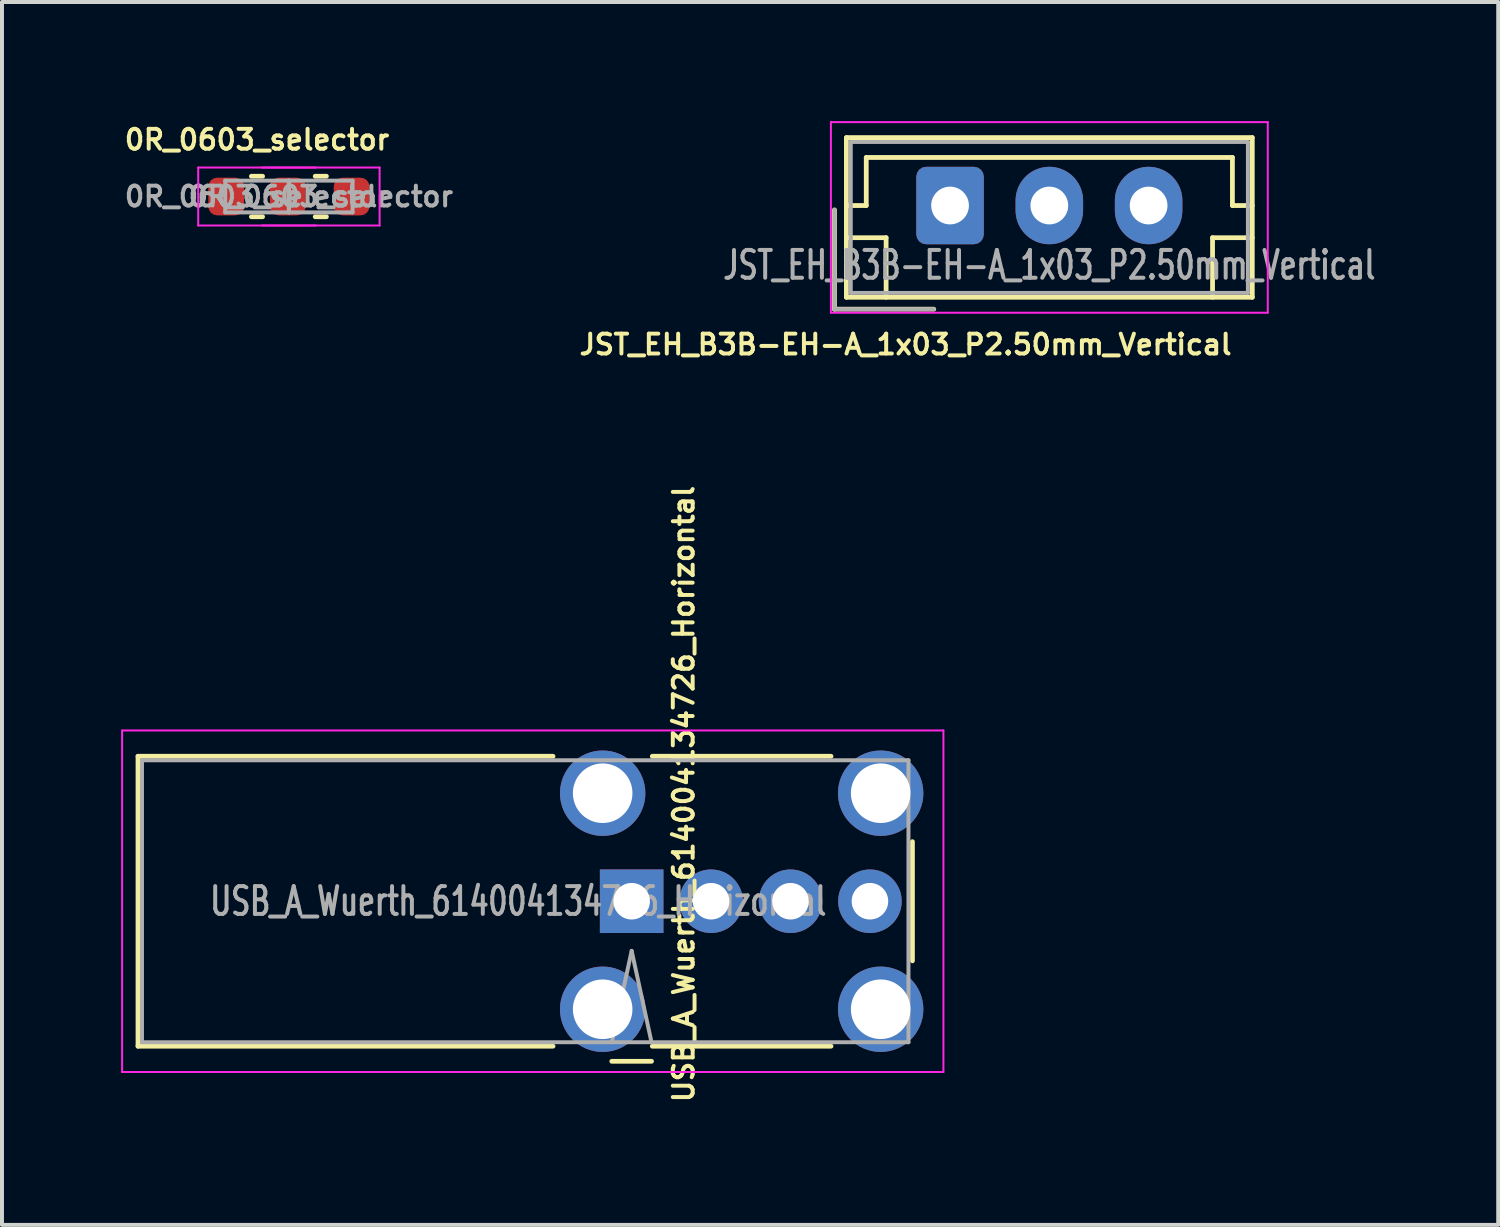
<source format=kicad_pcb>
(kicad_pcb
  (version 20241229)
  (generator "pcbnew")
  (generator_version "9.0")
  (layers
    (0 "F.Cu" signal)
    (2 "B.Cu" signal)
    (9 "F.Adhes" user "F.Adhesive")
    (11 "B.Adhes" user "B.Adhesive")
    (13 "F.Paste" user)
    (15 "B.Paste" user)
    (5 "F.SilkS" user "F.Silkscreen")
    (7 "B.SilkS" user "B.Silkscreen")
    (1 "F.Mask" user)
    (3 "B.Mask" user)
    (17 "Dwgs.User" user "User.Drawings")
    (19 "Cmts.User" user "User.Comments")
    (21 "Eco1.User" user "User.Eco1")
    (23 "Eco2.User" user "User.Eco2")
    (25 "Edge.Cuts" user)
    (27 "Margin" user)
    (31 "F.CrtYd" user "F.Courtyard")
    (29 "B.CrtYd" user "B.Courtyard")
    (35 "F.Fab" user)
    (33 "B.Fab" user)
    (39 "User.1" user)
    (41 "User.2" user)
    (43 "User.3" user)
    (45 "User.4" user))
  (footprint "0R_0603_selector"
    (layer "F.Cu")
    (at 3.421 1.898)
    (property "Reference" "0R_0603_selector" (at 0 -1.43 180) (layer "F.SilkS") (effects (font (size 0.5 0.5) (thickness 0.1))))
    (attr smd)
    (fp_line (start 0.141 -0.51) (end -0.141 -0.51) (stroke (width 0.12) (type solid)) (layer "F.SilkS"))
    (fp_line (start 0.141 0.51) (end -0.141 0.51) (stroke (width 0.12) (type solid)) (layer "F.SilkS"))
    (fp_line (start 1.748 -0.51) (end 1.466 -0.51) (stroke (width 0.12) (type solid)) (layer "F.SilkS"))
    (fp_line (start 1.748 0.51) (end 1.466 0.51) (stroke (width 0.12) (type solid)) (layer "F.SilkS"))
    (fp_line (start -1.48 -0.73) (end -1.48 0.73) (stroke (width 0.05) (type solid)) (layer "F.CrtYd"))
    (fp_line (start -1.48 0.73) (end 1.48 0.73) (stroke (width 0.05) (type solid)) (layer "F.CrtYd"))
    (fp_line (start 0.127 0.73) (end 3.087 0.73) (stroke (width 0.05) (type solid)) (layer "F.CrtYd"))
    (fp_line (start 1.48 -0.73) (end -1.48 -0.73) (stroke (width 0.05) (type solid)) (layer "F.CrtYd"))
    (fp_line (start 3.087 -0.73) (end 0.127 -0.73) (stroke (width 0.05) (type solid)) (layer "F.CrtYd"))
    (fp_line (start 3.087 0.73) (end 3.087 -0.73) (stroke (width 0.05) (type solid)) (layer "F.CrtYd"))
    (fp_line (start -0.8 -0.4) (end -0.8 0.4) (stroke (width 0.1) (type solid)) (layer "F.Fab"))
    (fp_line (start -0.8 0.4) (end 0.8 0.4) (stroke (width 0.1) (type solid)) (layer "F.Fab"))
    (fp_line (start 0.8 -0.4) (end -0.8 -0.4) (stroke (width 0.1) (type solid)) (layer "F.Fab"))
    (fp_line (start 0.8 0.4) (end 0.8 -0.4) (stroke (width 0.1) (type solid)) (layer "F.Fab"))
    (fp_line (start 0.807 -0.4) (end 0.807 0.4) (stroke (width 0.1) (type solid)) (layer "F.Fab"))
    (fp_line (start 0.807 0.4) (end 2.407 0.4) (stroke (width 0.1) (type solid)) (layer "F.Fab"))
    (fp_line (start 2.407 -0.4) (end 0.807 -0.4) (stroke (width 0.1) (type solid)) (layer "F.Fab"))
    (fp_line (start 2.407 0.4) (end 2.407 -0.4) (stroke (width 0.1) (type solid)) (layer "F.Fab"))
    (fp_text user "${REFERENCE}" (at 0 0 180) (layer "F.Fab") (effects (font (size 0.5 0.5) (thickness 0.1))))
    (fp_text user "${REFERENCE}" (at 1.607 0 180) (layer "F.Fab") (effects (font (size 0.5 0.5) (thickness 0.1))))
    (pad "1" smd roundrect (at -0.775 0 180) (size 0.9 0.95) (layers "F.Cu" "F.Mask" "F.Paste") (roundrect_rratio 0.25))
    (pad "2" smd roundrect (at 0.775 0 180) (size 0.9 0.95) (layers "F.Cu" "F.Mask" "F.Paste") (roundrect_rratio 0.25))
    (pad "3" smd roundrect (at 2.382 0 180) (size 0.9 0.95) (layers "F.Cu" "F.Mask" "F.Paste") (roundrect_rratio 0.25)))
  (footprint "JST_EH_B3B-EH-A_1x03_P2.50mm_Vertical"
    (layer "F.Cu")
    (at 20.872 2.125)
    (property "Reference" "JST_EH_B3B-EH-A_1x03_P2.50mm_Vertical" (at -1.12 3.5 0) (layer "F.SilkS") (effects (font (size 0.5 0.5) (thickness 0.1))))
    (attr through_hole)
    (fp_line (start -2.91 0.11) (end -2.91 2.61) (stroke (width 0.12) (type solid)) (layer "F.SilkS"))
    (fp_line (start -2.91 2.61) (end -0.41 2.61) (stroke (width 0.12) (type solid)) (layer "F.SilkS"))
    (fp_line (start -2.61 -1.71) (end -2.61 2.31) (stroke (width 0.12) (type solid)) (layer "F.SilkS"))
    (fp_line (start -2.61 0) (end -2.11 0) (stroke (width 0.12) (type solid)) (layer "F.SilkS"))
    (fp_line (start -2.61 0.81) (end -1.61 0.81) (stroke (width 0.12) (type solid)) (layer "F.SilkS"))
    (fp_line (start -2.61 2.31) (end 7.61 2.31) (stroke (width 0.12) (type solid)) (layer "F.SilkS"))
    (fp_line (start -2.11 -1.21) (end 7.11 -1.21) (stroke (width 0.12) (type solid)) (layer "F.SilkS"))
    (fp_line (start -2.11 0) (end -2.11 -1.21) (stroke (width 0.12) (type solid)) (layer "F.SilkS"))
    (fp_line (start -1.61 0.81) (end -1.61 2.31) (stroke (width 0.12) (type solid)) (layer "F.SilkS"))
    (fp_line (start 6.61 0.81) (end 6.61 2.31) (stroke (width 0.12) (type solid)) (layer "F.SilkS"))
    (fp_line (start 7.11 -1.21) (end 7.11 0) (stroke (width 0.12) (type solid)) (layer "F.SilkS"))
    (fp_line (start 7.11 0) (end 7.61 0) (stroke (width 0.12) (type solid)) (layer "F.SilkS"))
    (fp_line (start 7.61 -1.71) (end -2.61 -1.71) (stroke (width 0.12) (type solid)) (layer "F.SilkS"))
    (fp_line (start 7.61 0.81) (end 6.61 0.81) (stroke (width 0.12) (type solid)) (layer "F.SilkS"))
    (fp_line (start 7.61 2.31) (end 7.61 -1.71) (stroke (width 0.12) (type solid)) (layer "F.SilkS"))
    (fp_line (start -3 -2.1) (end -3 2.7) (stroke (width 0.05) (type solid)) (layer "F.CrtYd"))
    (fp_line (start -3 2.7) (end 8 2.7) (stroke (width 0.05) (type solid)) (layer "F.CrtYd"))
    (fp_line (start 8 -2.1) (end -3 -2.1) (stroke (width 0.05) (type solid)) (layer "F.CrtYd"))
    (fp_line (start 8 2.7) (end 8 -2.1) (stroke (width 0.05) (type solid)) (layer "F.CrtYd"))
    (fp_line (start -2.91 0.11) (end -2.91 2.61) (stroke (width 0.1) (type solid)) (layer "F.Fab"))
    (fp_line (start -2.91 2.61) (end -0.41 2.61) (stroke (width 0.1) (type solid)) (layer "F.Fab"))
    (fp_line (start -2.5 -1.6) (end -2.5 2.2) (stroke (width 0.1) (type solid)) (layer "F.Fab"))
    (fp_line (start -2.5 2.2) (end 7.5 2.2) (stroke (width 0.1) (type solid)) (layer "F.Fab"))
    (fp_line (start 7.5 -1.6) (end -2.5 -1.6) (stroke (width 0.1) (type solid)) (layer "F.Fab"))
    (fp_line (start 7.5 2.2) (end 7.5 -1.6) (stroke (width 0.1) (type solid)) (layer "F.Fab"))
    (fp_text user "${REFERENCE}" (at 2.5 1.5 0) (layer "F.Fab") (effects (font (size 0.7 0.5) (thickness 0.1))))
    (pad "1" thru_hole roundrect (at 0 0) (size 1.7 1.95) (drill 0.95) (layers "*.Cu" "*.Mask") (roundrect_rratio 0.147))
    (pad "2" thru_hole oval (at 2.5 0) (size 1.7 1.95) (drill 0.95) (layers "*.Cu" "*.Mask"))
    (pad "3" thru_hole oval (at 5 0) (size 1.7 1.95) (drill 0.95) (layers "*.Cu" "*.Mask")))
  (footprint "USB_A_Wuerth_614004134726_Horizontal"
    (layer "F.Cu")
    (at 12.855 19.643)
    (property "Reference" "USB_A_Wuerth_614004134726_Horizontal" (at 1.31 -2.7 90) (layer "F.SilkS") (effects (font (size 0.5 0.5) (thickness 0.1))))
    (attr through_hole)
    (fp_line (start -12.43 -3.65) (end -12.43 3.65) (stroke (width 0.12) (type solid)) (layer "F.SilkS"))
    (fp_line (start -12.43 -3.65) (end -1.98 -3.65) (stroke (width 0.12) (type solid)) (layer "F.SilkS"))
    (fp_line (start -12.43 3.65) (end -1.98 3.65) (stroke (width 0.12) (type solid)) (layer "F.SilkS"))
    (fp_line (start -0.5 4.03) (end 0.5 4.03) (stroke (width 0.12) (type solid)) (layer "F.SilkS"))
    (fp_line (start 0.52 -3.65) (end 5.02 -3.65) (stroke (width 0.12) (type solid)) (layer "F.SilkS"))
    (fp_line (start 0.52 3.65) (end 5.02 3.65) (stroke (width 0.12) (type solid)) (layer "F.SilkS"))
    (fp_line (start 7.07 -1.5) (end 7.07 1.5) (stroke (width 0.12) (type solid)) (layer "F.SilkS"))
    (fp_line (start -12.83 -4.3) (end 7.85 -4.3) (stroke (width 0.05) (type solid)) (layer "F.CrtYd"))
    (fp_line (start -12.83 4.3) (end -12.83 -4.3) (stroke (width 0.05) (type solid)) (layer "F.CrtYd"))
    (fp_line (start 7.85 -4.3) (end 7.85 4.3) (stroke (width 0.05) (type solid)) (layer "F.CrtYd"))
    (fp_line (start 7.85 4.3) (end -12.83 4.3) (stroke (width 0.05) (type solid)) (layer "F.CrtYd"))
    (fp_line (start -12.33 -3.55) (end 6.97 -3.55) (stroke (width 0.1) (type solid)) (layer "F.Fab"))
    (fp_line (start -12.33 3.55) (end -12.33 -3.55) (stroke (width 0.1) (type solid)) (layer "F.Fab"))
    (fp_line (start -0.5 3.55) (end 0 1.25) (stroke (width 0.1) (type solid)) (layer "F.Fab"))
    (fp_line (start 0 1.25) (end 0.5 3.55) (stroke (width 0.1) (type solid)) (layer "F.Fab"))
    (fp_line (start 6.97 -3.55) (end 6.97 3.55) (stroke (width 0.1) (type solid)) (layer "F.Fab"))
    (fp_line (start 6.97 3.55) (end -12.33 3.55) (stroke (width 0.1) (type solid)) (layer "F.Fab"))
    (fp_text user "${REFERENCE}" (at -2.855 0 0) (layer "F.Fab") (effects (font (size 0.7 0.5) (thickness 0.1))))
    (pad "1" thru_hole rect (at 0 0) (size 1.6 1.6) (drill 0.92) (layers "*.Cu" "*.Mask"))
    (pad "2" thru_hole circle (at 2 0) (size 1.6 1.6) (drill 0.92) (layers "*.Cu" "*.Mask"))
    (pad "3" thru_hole circle (at 4 0) (size 1.6 1.6) (drill 0.92) (layers "*.Cu" "*.Mask"))
    (pad "4" thru_hole circle (at 6 0) (size 1.6 1.6) (drill 0.92) (layers "*.Cu" "*.Mask"))
    (pad "5" thru_hole circle (at -0.73 -2.72) (size 2.15 2.15) (drill 1.5) (layers "*.Cu" "*.Mask"))
    (pad "5" thru_hole circle (at -0.73 2.72) (size 2.15 2.15) (drill 1.5) (layers "*.Cu" "*.Mask"))
    (pad "5" thru_hole circle (at 6.27 -2.72) (size 2.15 2.15) (drill 1.5) (layers "*.Cu" "*.Mask"))
    (pad "5" thru_hole circle (at 6.27 2.72) (size 2.15 2.15) (drill 1.5) (layers "*.Cu" "*.Mask")))
  (gr_rect
    (start -3 -3)
    (end 34.675 27.793)
    (stroke (width 0.1) (type default))
    (fill no)
    (layer "Edge.Cuts")))
</source>
